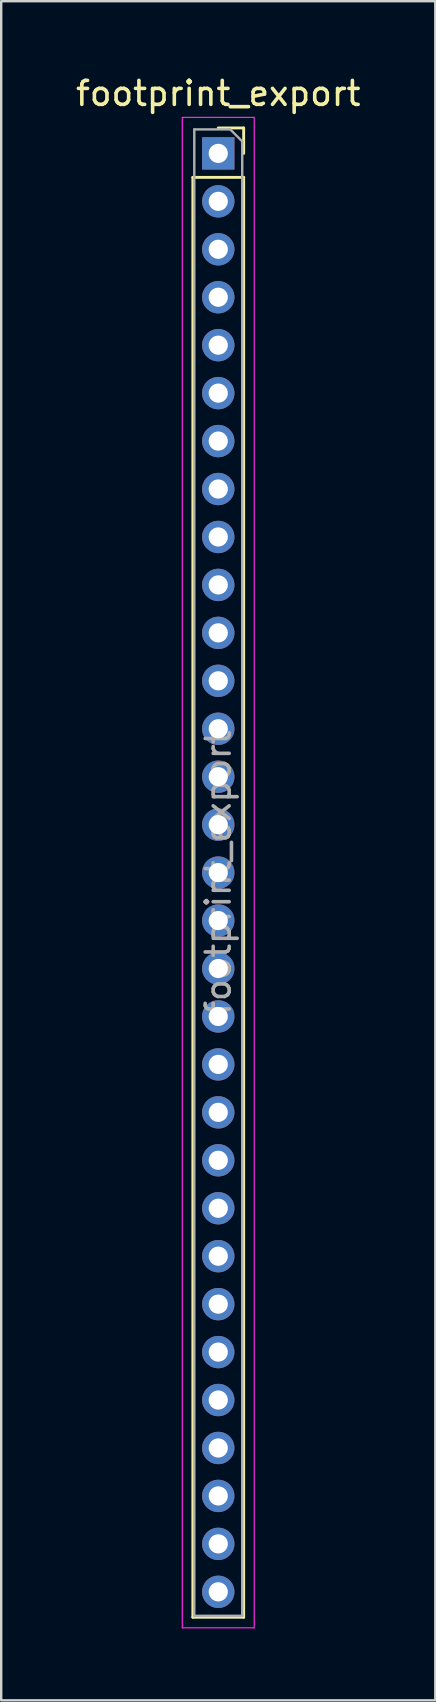
<source format=kicad_pcb>
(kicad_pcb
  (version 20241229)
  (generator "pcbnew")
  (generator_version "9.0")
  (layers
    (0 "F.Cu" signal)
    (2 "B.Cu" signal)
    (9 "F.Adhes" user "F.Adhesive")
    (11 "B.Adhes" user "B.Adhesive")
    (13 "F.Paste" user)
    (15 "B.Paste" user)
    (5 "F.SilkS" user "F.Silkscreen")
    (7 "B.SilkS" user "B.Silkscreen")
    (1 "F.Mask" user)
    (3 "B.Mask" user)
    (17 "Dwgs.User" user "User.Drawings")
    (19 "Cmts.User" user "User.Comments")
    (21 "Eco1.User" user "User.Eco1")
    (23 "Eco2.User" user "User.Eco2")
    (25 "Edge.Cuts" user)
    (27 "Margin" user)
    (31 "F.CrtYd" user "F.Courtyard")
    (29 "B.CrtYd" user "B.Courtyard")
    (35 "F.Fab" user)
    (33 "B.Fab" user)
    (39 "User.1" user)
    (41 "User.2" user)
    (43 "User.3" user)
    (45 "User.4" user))
  (footprint "footprint_export"
    (layer "F.Cu")
    (at 6.054 3.348)
    (property "Reference" "footprint_export" (at 0 -2.5 0) (layer "F.SilkS") (effects (font (size 1 1) (thickness 0.15))))
    (attr through_hole)
    (fp_line (start -1.06 1) (end -1.06 61.06) (stroke (width 0.12) (type solid)) (layer "F.SilkS"))
    (fp_line (start -1.06 1) (end 1.06 1) (stroke (width 0.12) (type solid)) (layer "F.SilkS"))
    (fp_line (start -1.06 61.06) (end 1.06 61.06) (stroke (width 0.12) (type solid)) (layer "F.SilkS"))
    (fp_line (start 0 -1.06) (end 1.06 -1.06) (stroke (width 0.12) (type solid)) (layer "F.SilkS"))
    (fp_line (start 1.06 -1.06) (end 1.06 0) (stroke (width 0.12) (type solid)) (layer "F.SilkS"))
    (fp_line (start 1.06 1) (end 1.06 61.06) (stroke (width 0.12) (type solid)) (layer "F.SilkS"))
    (fp_line (start -1.5 -1.5) (end 1.5 -1.5) (stroke (width 0.05) (type solid)) (layer "F.CrtYd"))
    (fp_line (start -1.5 61.5) (end -1.5 -1.5) (stroke (width 0.05) (type solid)) (layer "F.CrtYd"))
    (fp_line (start 1.5 -1.5) (end 1.5 61.5) (stroke (width 0.05) (type solid)) (layer "F.CrtYd"))
    (fp_line (start 1.5 61.5) (end -1.5 61.5) (stroke (width 0.05) (type solid)) (layer "F.CrtYd"))
    (fp_line (start -1 -1) (end 0.5 -1) (stroke (width 0.1) (type solid)) (layer "F.Fab"))
    (fp_line (start -1 61) (end -1 -1) (stroke (width 0.1) (type solid)) (layer "F.Fab"))
    (fp_line (start 0.5 -1) (end 1 -0.5) (stroke (width 0.1) (type solid)) (layer "F.Fab"))
    (fp_line (start 1 -0.5) (end 1 61) (stroke (width 0.1) (type solid)) (layer "F.Fab"))
    (fp_line (start 1 61) (end -1 61) (stroke (width 0.1) (type solid)) (layer "F.Fab"))
    (fp_text user "${REFERENCE}" (at 0 30 90) (layer "F.Fab") (effects (font (size 1 1) (thickness 0.15))))
    (pad "1" thru_hole rect (at 0 0) (size 1.35 1.35) (drill 0.8) (layers "*.Cu" "*.Mask"))
    (pad "2" thru_hole oval (at 0 2) (size 1.35 1.35) (drill 0.8) (layers "*.Cu" "*.Mask"))
    (pad "3" thru_hole oval (at 0 4) (size 1.35 1.35) (drill 0.8) (layers "*.Cu" "*.Mask"))
    (pad "4" thru_hole oval (at 0 6) (size 1.35 1.35) (drill 0.8) (layers "*.Cu" "*.Mask"))
    (pad "5" thru_hole oval (at 0 8) (size 1.35 1.35) (drill 0.8) (layers "*.Cu" "*.Mask"))
    (pad "6" thru_hole oval (at 0 10) (size 1.35 1.35) (drill 0.8) (layers "*.Cu" "*.Mask"))
    (pad "7" thru_hole oval (at 0 12) (size 1.35 1.35) (drill 0.8) (layers "*.Cu" "*.Mask"))
    (pad "8" thru_hole oval (at 0 14) (size 1.35 1.35) (drill 0.8) (layers "*.Cu" "*.Mask"))
    (pad "9" thru_hole oval (at 0 16) (size 1.35 1.35) (drill 0.8) (layers "*.Cu" "*.Mask"))
    (pad "10" thru_hole oval (at 0 18) (size 1.35 1.35) (drill 0.8) (layers "*.Cu" "*.Mask"))
    (pad "11" thru_hole oval (at 0 20) (size 1.35 1.35) (drill 0.8) (layers "*.Cu" "*.Mask"))
    (pad "12" thru_hole oval (at 0 22) (size 1.35 1.35) (drill 0.8) (layers "*.Cu" "*.Mask"))
    (pad "13" thru_hole oval (at 0 24) (size 1.35 1.35) (drill 0.8) (layers "*.Cu" "*.Mask"))
    (pad "14" thru_hole oval (at 0 26) (size 1.35 1.35) (drill 0.8) (layers "*.Cu" "*.Mask"))
    (pad "15" thru_hole oval (at 0 28) (size 1.35 1.35) (drill 0.8) (layers "*.Cu" "*.Mask"))
    (pad "16" thru_hole oval (at 0 30) (size 1.35 1.35) (drill 0.8) (layers "*.Cu" "*.Mask"))
    (pad "17" thru_hole oval (at 0 32) (size 1.35 1.35) (drill 0.8) (layers "*.Cu" "*.Mask"))
    (pad "18" thru_hole oval (at 0 34) (size 1.35 1.35) (drill 0.8) (layers "*.Cu" "*.Mask"))
    (pad "19" thru_hole oval (at 0 36) (size 1.35 1.35) (drill 0.8) (layers "*.Cu" "*.Mask"))
    (pad "20" thru_hole oval (at 0 38) (size 1.35 1.35) (drill 0.8) (layers "*.Cu" "*.Mask"))
    (pad "21" thru_hole oval (at 0 40) (size 1.35 1.35) (drill 0.8) (layers "*.Cu" "*.Mask"))
    (pad "22" thru_hole oval (at 0 42) (size 1.35 1.35) (drill 0.8) (layers "*.Cu" "*.Mask"))
    (pad "23" thru_hole oval (at 0 44) (size 1.35 1.35) (drill 0.8) (layers "*.Cu" "*.Mask"))
    (pad "24" thru_hole oval (at 0 46) (size 1.35 1.35) (drill 0.8) (layers "*.Cu" "*.Mask"))
    (pad "25" thru_hole oval (at 0 48) (size 1.35 1.35) (drill 0.8) (layers "*.Cu" "*.Mask"))
    (pad "26" thru_hole oval (at 0 50) (size 1.35 1.35) (drill 0.8) (layers "*.Cu" "*.Mask"))
    (pad "27" thru_hole oval (at 0 52) (size 1.35 1.35) (drill 0.8) (layers "*.Cu" "*.Mask"))
    (pad "28" thru_hole oval (at 0 54) (size 1.35 1.35) (drill 0.8) (layers "*.Cu" "*.Mask"))
    (pad "29" thru_hole oval (at 0 56) (size 1.35 1.35) (drill 0.8) (layers "*.Cu" "*.Mask"))
    (pad "30" thru_hole oval (at 0 58) (size 1.35 1.35) (drill 0.8) (layers "*.Cu" "*.Mask"))
    (pad "31" thru_hole oval (at 0 60) (size 1.35 1.35) (drill 0.8) (layers "*.Cu" "*.Mask")))
  (gr_rect
    (start -3 -3)
    (end 15.107 67.873)
    (stroke (width 0.1) (type default))
    (fill no)
    (layer "Edge.Cuts")))
</source>
